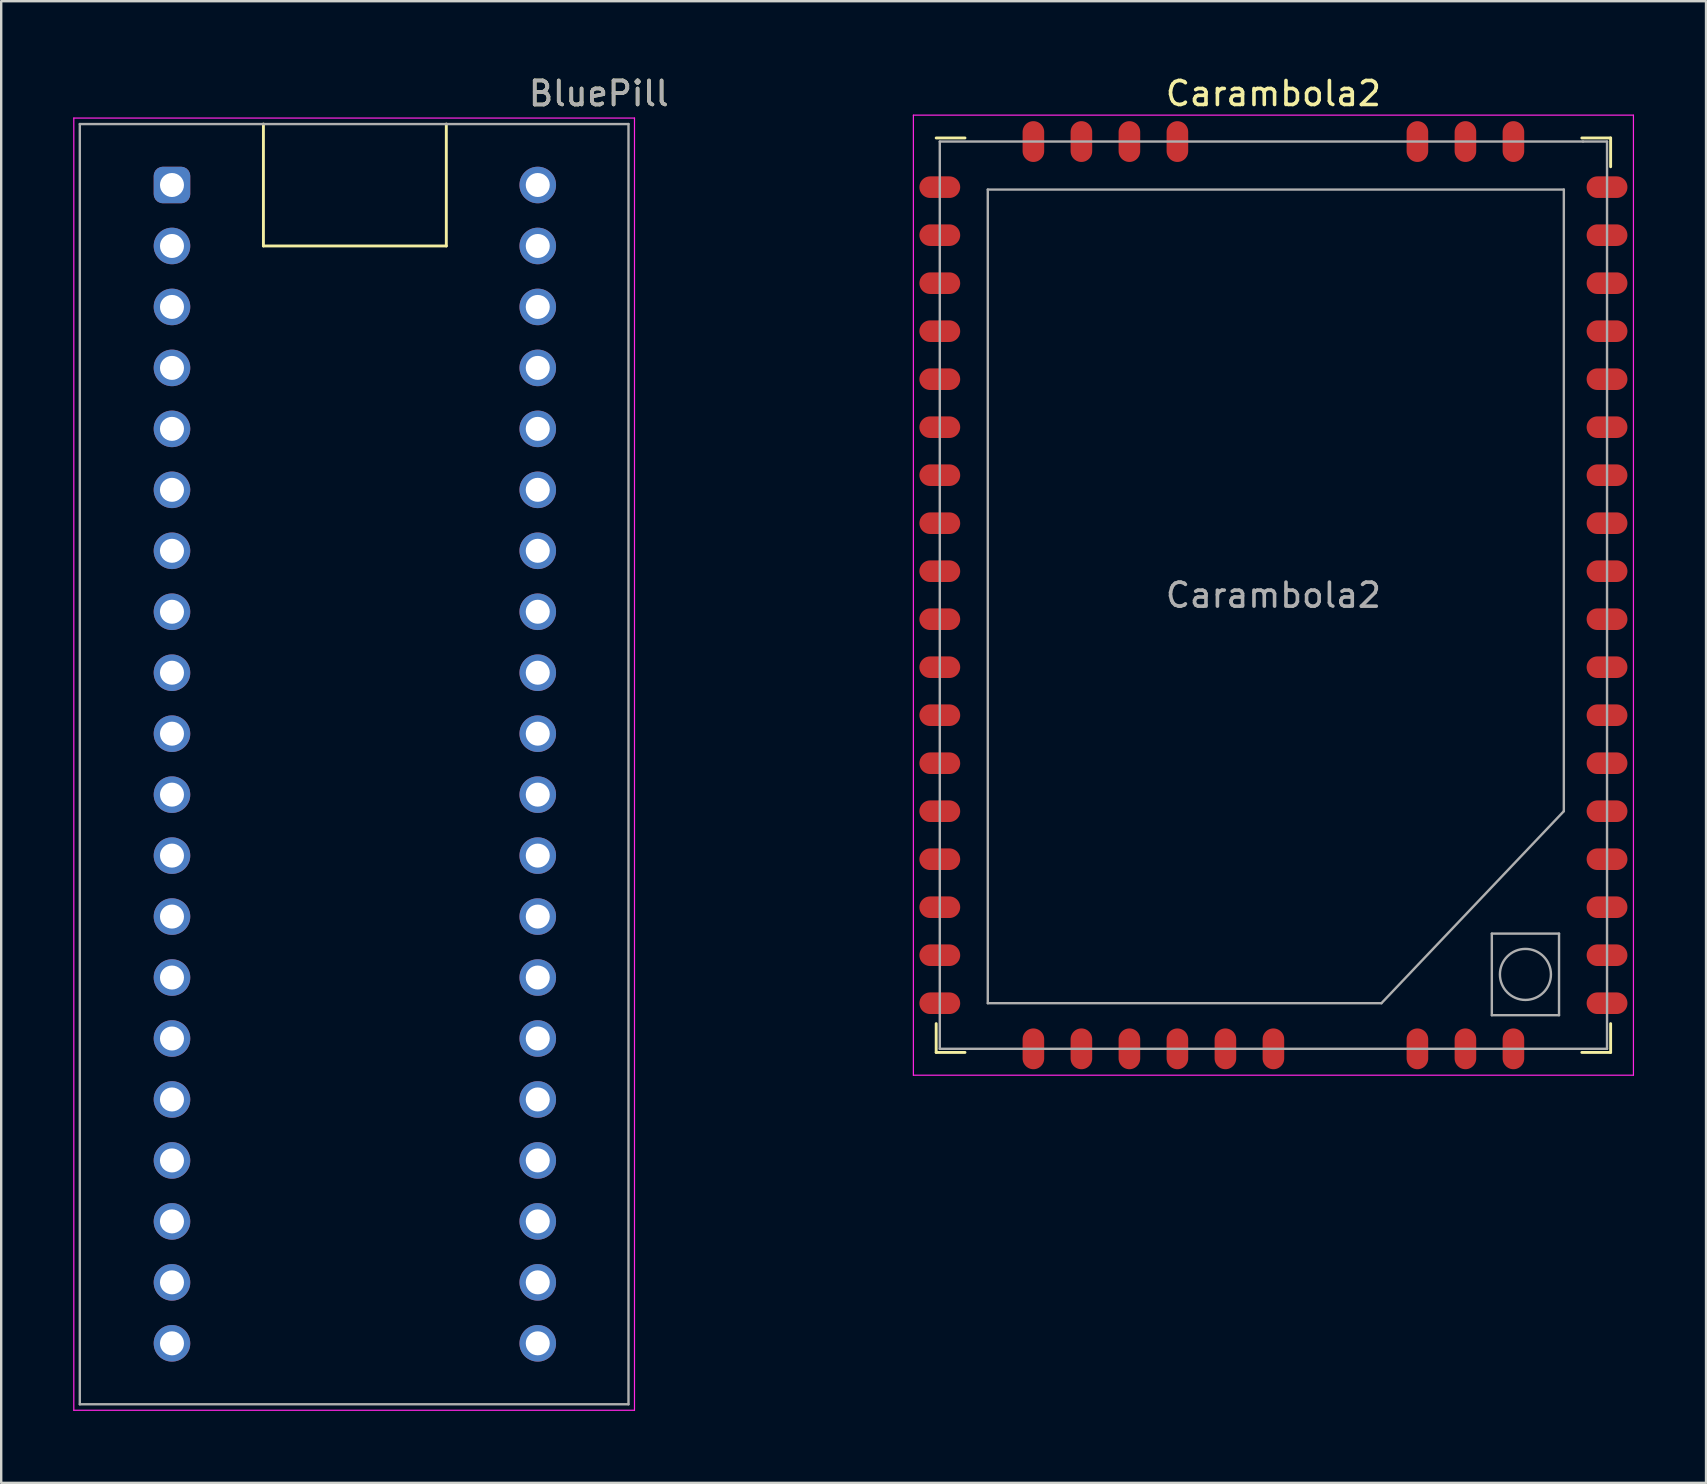
<source format=kicad_pcb>
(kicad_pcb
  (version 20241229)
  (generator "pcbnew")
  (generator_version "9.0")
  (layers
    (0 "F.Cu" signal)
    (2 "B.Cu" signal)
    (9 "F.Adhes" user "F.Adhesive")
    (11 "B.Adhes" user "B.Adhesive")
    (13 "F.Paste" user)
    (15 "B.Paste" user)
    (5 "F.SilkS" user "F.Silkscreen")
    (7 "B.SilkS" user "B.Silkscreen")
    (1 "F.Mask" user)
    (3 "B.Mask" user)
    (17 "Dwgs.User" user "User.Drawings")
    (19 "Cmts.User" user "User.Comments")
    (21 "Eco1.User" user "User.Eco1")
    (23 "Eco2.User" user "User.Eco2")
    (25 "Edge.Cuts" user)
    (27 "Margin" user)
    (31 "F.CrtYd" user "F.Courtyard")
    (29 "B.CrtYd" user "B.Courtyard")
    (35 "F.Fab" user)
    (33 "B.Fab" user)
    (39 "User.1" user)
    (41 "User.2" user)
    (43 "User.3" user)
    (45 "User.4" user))
  (footprint "Carambola2"
    (layer "F.Cu")
    (at 50.005 21.748)
    (property "Reference" "Carambola2" (at 0 -20.9 0) (layer "F.SilkS") (effects (font (size 1 1) (thickness 0.15))))
    (attr smd)
    (fp_line (start -14.05 -19.05) (end -12.85 -19.05) (stroke (width 0.12) (type solid)) (layer "F.SilkS"))
    (fp_line (start -14.05 17.85) (end -14.05 19.05) (stroke (width 0.12) (type solid)) (layer "F.SilkS"))
    (fp_line (start -12.85 19.05) (end -14.05 19.05) (stroke (width 0.12) (type solid)) (layer "F.SilkS"))
    (fp_line (start 12.85 -19.05) (end 14.05 -19.05) (stroke (width 0.12) (type solid)) (layer "F.SilkS"))
    (fp_line (start 12.85 19.05) (end 14.05 19.05) (stroke (width 0.12) (type solid)) (layer "F.SilkS"))
    (fp_line (start 14.05 -17.85) (end 14.05 -19.05) (stroke (width 0.12) (type solid)) (layer "F.SilkS"))
    (fp_line (start 14.05 17.85) (end 14.05 19.05) (stroke (width 0.12) (type solid)) (layer "F.SilkS"))
    (fp_poly (pts (xy -20.87 -20) (xy -20 -20) (xy -20 -18.74) (xy -20.87 -18.74)) (stroke (width 0.2) (type solid)) (fill yes) (layer "F.Paste"))
    (fp_poly (pts (xy -20.36 -18.92) (xy -21.64 -18.92) (xy -21.64 -19.82) (xy -20.36 -19.82)) (stroke (width 0) (type solid)) (fill yes) (layer "F.Paste"))
    (fp_line (start -15 -20) (end 15 -20) (stroke (width 0.05) (type solid)) (layer "F.CrtYd"))
    (fp_line (start -15 20) (end -15 -20) (stroke (width 0.05) (type solid)) (layer "F.CrtYd"))
    (fp_line (start 15 -20) (end 15 20) (stroke (width 0.05) (type solid)) (layer "F.CrtYd"))
    (fp_line (start 15 20) (end -15 20) (stroke (width 0.05) (type solid)) (layer "F.CrtYd"))
    (fp_line (start -13.9 -18.9) (end -13.9 18.9) (stroke (width 0.1) (type solid)) (layer "F.Fab"))
    (fp_line (start -13.9 18.9) (end 13.9 18.9) (stroke (width 0.1) (type solid)) (layer "F.Fab"))
    (fp_line (start -11.9 -16.9) (end -11.9 17) (stroke (width 0.1) (type solid)) (layer "F.Fab"))
    (fp_line (start -11.9 17) (end 4.5 17) (stroke (width 0.1) (type solid)) (layer "F.Fab"))
    (fp_line (start 4.5 17) (end 12.1 9) (stroke (width 0.1) (type solid)) (layer "F.Fab"))
    (fp_line (start 9.1 14.1) (end 11.9 14.1) (stroke (width 0.1) (type solid)) (layer "F.Fab"))
    (fp_line (start 9.1 17.5) (end 9.1 14.1) (stroke (width 0.1) (type solid)) (layer "F.Fab"))
    (fp_line (start 11.9 14.1) (end 11.9 17.5) (stroke (width 0.1) (type solid)) (layer "F.Fab"))
    (fp_line (start 11.9 17.5) (end 9.1 17.5) (stroke (width 0.1) (type solid)) (layer "F.Fab"))
    (fp_line (start 12.1 -16.9) (end -11.9 -16.9) (stroke (width 0.1) (type solid)) (layer "F.Fab"))
    (fp_line (start 12.1 9) (end 12.1 -16.9) (stroke (width 0.1) (type solid)) (layer "F.Fab"))
    (fp_line (start 12.9 -18.9) (end -13.9 -18.9) (stroke (width 0.1) (type solid)) (layer "F.Fab"))
    (fp_line (start 13.9 -18.9) (end 12.9 -18.9) (stroke (width 0.1) (type solid)) (layer "F.Fab"))
    (fp_line (start 13.9 18.9) (end 13.9 -18.9) (stroke (width 0.1) (type solid)) (layer "F.Fab"))
    (fp_circle (center 10.5 15.8) (end 10.5 16.863) (stroke (width 0.1) (type solid)) (fill no) (layer "F.Fab"))
    (fp_text user "${REFERENCE}" (at 0 0 0) (layer "F.Fab") (effects (font (size 1 1) (thickness 0.15))))
    (pad "" smd circle (at -21.63 -19.37 90) (size 0.9 0.9) (layers "F.Paste"))
    (pad "1" smd oval (at -13.9 -17 90) (size 0.9 1.7) (layers "F.Cu" "F.Mask"))
    (pad "2" smd oval (at -13.9 -15 90) (size 0.9 1.7) (layers "F.Cu" "F.Mask"))
    (pad "3" smd oval (at -13.9 -13 90) (size 0.9 1.7) (layers "F.Cu" "F.Mask"))
    (pad "4" smd oval (at -13.9 -11 90) (size 0.9 1.7) (layers "F.Cu" "F.Mask"))
    (pad "5" smd oval (at -13.9 -9 90) (size 0.9 1.7) (layers "F.Cu" "F.Mask"))
    (pad "6" smd oval (at -13.9 -7 90) (size 0.9 1.7) (layers "F.Cu" "F.Mask"))
    (pad "7" smd oval (at -13.9 -5 90) (size 0.9 1.7) (layers "F.Cu" "F.Mask"))
    (pad "8" smd oval (at -13.9 -3 90) (size 0.9 1.7) (layers "F.Cu" "F.Mask"))
    (pad "9" smd oval (at -13.9 -1 90) (size 0.9 1.7) (layers "F.Cu" "F.Mask"))
    (pad "10" smd oval (at -13.9 1 90) (size 0.9 1.7) (layers "F.Cu" "F.Mask"))
    (pad "11" smd oval (at -13.9 3 90) (size 0.9 1.7) (layers "F.Cu" "F.Mask"))
    (pad "12" smd oval (at -13.9 5 90) (size 0.9 1.7) (layers "F.Cu" "F.Mask"))
    (pad "13" smd oval (at -13.9 7 90) (size 0.9 1.7) (layers "F.Cu" "F.Mask"))
    (pad "14" smd oval (at -13.9 9 270) (size 0.9 1.7) (layers "F.Cu" "F.Mask"))
    (pad "15" smd oval (at -13.9 11 270) (size 0.9 1.7) (layers "F.Cu" "F.Mask"))
    (pad "16" smd oval (at -13.9 13 270) (size 0.9 1.7) (layers "F.Cu" "F.Mask"))
    (pad "17" smd oval (at -13.9 15 270) (size 0.9 1.7) (layers "F.Cu" "F.Mask"))
    (pad "18" smd oval (at -13.9 17 270) (size 0.9 1.7) (layers "F.Cu" "F.Mask"))
    (pad "19" smd oval (at -10 18.9) (size 0.9 1.7) (layers "F.Cu" "F.Mask"))
    (pad "20" smd oval (at -8 18.9) (size 0.9 1.7) (layers "F.Cu" "F.Mask"))
    (pad "21" smd oval (at -6 18.9) (size 0.9 1.7) (layers "F.Cu" "F.Mask"))
    (pad "22" smd oval (at -4 18.9) (size 0.9 1.7) (layers "F.Cu" "F.Mask"))
    (pad "23" smd oval (at -2 18.9) (size 0.9 1.7) (layers "F.Cu" "F.Mask"))
    (pad "24" smd oval (at 0 18.9) (size 0.9 1.7) (layers "F.Cu" "F.Mask"))
    (pad "25" smd oval (at 6 18.9) (size 0.9 1.7) (layers "F.Cu" "F.Mask"))
    (pad "26" smd oval (at 8 18.9) (size 0.9 1.7) (layers "F.Cu" "F.Mask"))
    (pad "27" smd oval (at 10 18.9) (size 0.9 1.7) (layers "F.Cu" "F.Mask"))
    (pad "28" smd oval (at 13.9 17 90) (size 0.9 1.7) (layers "F.Cu" "F.Mask"))
    (pad "29" smd oval (at 13.9 15 90) (size 0.9 1.7) (layers "F.Cu" "F.Mask"))
    (pad "30" smd oval (at 13.9 13 90) (size 0.9 1.7) (layers "F.Cu" "F.Mask"))
    (pad "31" smd oval (at 13.9 11 90) (size 0.9 1.7) (layers "F.Cu" "F.Mask"))
    (pad "32" smd oval (at 13.9 9 90) (size 0.9 1.7) (layers "F.Cu" "F.Mask"))
    (pad "33" smd oval (at 13.9 7 90) (size 0.9 1.7) (layers "F.Cu" "F.Mask"))
    (pad "34" smd oval (at 13.9 5 90) (size 0.9 1.7) (layers "F.Cu" "F.Mask"))
    (pad "35" smd oval (at 13.9 3 90) (size 0.9 1.7) (layers "F.Cu" "F.Mask"))
    (pad "36" smd oval (at 13.9 1 90) (size 0.9 1.7) (layers "F.Cu" "F.Mask"))
    (pad "37" smd oval (at 13.9 -1 90) (size 0.9 1.7) (layers "F.Cu" "F.Mask"))
    (pad "38" smd oval (at 13.9 -3 90) (size 0.9 1.7) (layers "F.Cu" "F.Mask"))
    (pad "39" smd oval (at 13.9 -5 90) (size 0.9 1.7) (layers "F.Cu" "F.Mask"))
    (pad "40" smd oval (at 13.9 -7 270) (size 0.9 1.7) (layers "F.Cu" "F.Mask"))
    (pad "41" smd oval (at 13.9 -9 270) (size 0.9 1.7) (layers "F.Cu" "F.Mask"))
    (pad "42" smd oval (at 13.9 -11 270) (size 0.9 1.7) (layers "F.Cu" "F.Mask"))
    (pad "43" smd oval (at 13.9 -13 270) (size 0.9 1.7) (layers "F.Cu" "F.Mask"))
    (pad "44" smd oval (at 13.9 -15 270) (size 0.9 1.7) (layers "F.Cu" "F.Mask"))
    (pad "45" smd oval (at 13.9 -17 270) (size 0.9 1.7) (layers "F.Cu" "F.Mask"))
    (pad "46" smd oval (at 10 -18.9) (size 0.9 1.7) (layers "F.Cu" "F.Mask"))
    (pad "47" smd oval (at 8 -18.9) (size 0.9 1.7) (layers "F.Cu" "F.Mask"))
    (pad "48" smd oval (at 6 -18.9) (size 0.9 1.7) (layers "F.Cu" "F.Mask"))
    (pad "49" smd oval (at -4 -18.9) (size 0.9 1.7) (layers "F.Cu" "F.Mask"))
    (pad "50" smd oval (at -6 -18.9) (size 0.9 1.7) (layers "F.Cu" "F.Mask"))
    (pad "51" smd oval (at -8 -18.9) (size 0.9 1.7) (layers "F.Cu" "F.Mask"))
    (pad "52" smd oval (at -10 -18.9) (size 0.9 1.7) (layers "F.Cu" "F.Mask")))
  (footprint "BluePill"
    (layer "F.Cu")
    (at 4.115 4.658)
    (property "Reference" "BluePill" (at 17.78 -3.81 0) (layer "F.SilkS") (effects (font (size 1 1) (thickness 0.15))))
    (attr through_hole)
    (fp_line (start 3.81 2.54) (end 3.81 -2.54) (stroke (width 0.12) (type solid)) (layer "F.SilkS"))
    (fp_line (start 11.43 -2.54) (end 11.43 2.54) (stroke (width 0.12) (type solid)) (layer "F.SilkS"))
    (fp_line (start 11.43 2.54) (end 3.81 2.54) (stroke (width 0.12) (type solid)) (layer "F.SilkS"))
    (fp_line (start -4.09 -2.79) (end -4.09 51.05) (stroke (width 0.05) (type solid)) (layer "F.CrtYd"))
    (fp_line (start -4.09 51.05) (end 19.27 51.05) (stroke (width 0.05) (type solid)) (layer "F.CrtYd"))
    (fp_line (start 19.27 -2.79) (end -4.09 -2.79) (stroke (width 0.05) (type solid)) (layer "F.CrtYd"))
    (fp_line (start 19.27 51.05) (end 19.27 -2.79) (stroke (width 0.05) (type solid)) (layer "F.CrtYd"))
    (fp_line (start -3.84 -2.54) (end -3.84 50.8) (stroke (width 0.1) (type solid)) (layer "F.Fab"))
    (fp_line (start -3.84 50.8) (end 19.02 50.8) (stroke (width 0.1) (type solid)) (layer "F.Fab"))
    (fp_line (start 19.02 -2.54) (end -3.84 -2.54) (stroke (width 0.1) (type solid)) (layer "F.Fab"))
    (fp_line (start 19.02 50.8) (end 19.02 -2.54) (stroke (width 0.1) (type solid)) (layer "F.Fab"))
    (fp_text user "${REFERENCE}" (at 17.78 -3.81 0) (layer "F.Fab") (effects (font (size 1 1) (thickness 0.15))))
    (pad "1" thru_hole roundrect (at 0 0 270) (size 1.524 1.524) (drill 1) (layers "*.Cu" "*.Mask") (roundrect_rratio 0.25))
    (pad "2" thru_hole circle (at 0 2.54 270) (size 1.524 1.524) (drill 1) (layers "*.Cu" "*.Mask"))
    (pad "3" thru_hole circle (at 0 5.08 270) (size 1.524 1.524) (drill 1) (layers "*.Cu" "*.Mask"))
    (pad "4" thru_hole circle (at 0 7.62 270) (size 1.524 1.524) (drill 1) (layers "*.Cu" "*.Mask"))
    (pad "5" thru_hole circle (at 0 10.16 270) (size 1.524 1.524) (drill 1) (layers "*.Cu" "*.Mask"))
    (pad "6" thru_hole circle (at 0 12.7 270) (size 1.524 1.524) (drill 1) (layers "*.Cu" "*.Mask"))
    (pad "7" thru_hole circle (at 0 15.24 270) (size 1.524 1.524) (drill 1) (layers "*.Cu" "*.Mask"))
    (pad "8" thru_hole circle (at 0 17.78 270) (size 1.524 1.524) (drill 1) (layers "*.Cu" "*.Mask"))
    (pad "9" thru_hole circle (at 0 20.32 270) (size 1.524 1.524) (drill 1) (layers "*.Cu" "*.Mask"))
    (pad "10" thru_hole circle (at 0 22.86 270) (size 1.524 1.524) (drill 1) (layers "*.Cu" "*.Mask"))
    (pad "11" thru_hole circle (at 0 25.4 270) (size 1.524 1.524) (drill 1) (layers "*.Cu" "*.Mask"))
    (pad "12" thru_hole circle (at 0 27.94 270) (size 1.524 1.524) (drill 1) (layers "*.Cu" "*.Mask"))
    (pad "13" thru_hole circle (at 0 30.48 270) (size 1.524 1.524) (drill 1) (layers "*.Cu" "*.Mask"))
    (pad "14" thru_hole circle (at 0 33.02 270) (size 1.524 1.524) (drill 1) (layers "*.Cu" "*.Mask"))
    (pad "15" thru_hole circle (at 0 35.56 270) (size 1.524 1.524) (drill 1) (layers "*.Cu" "*.Mask"))
    (pad "16" thru_hole circle (at 0 38.1 270) (size 1.524 1.524) (drill 1) (layers "*.Cu" "*.Mask"))
    (pad "17" thru_hole circle (at 0 40.64 270) (size 1.524 1.524) (drill 1) (layers "*.Cu" "*.Mask"))
    (pad "18" thru_hole circle (at 0 43.18 270) (size 1.524 1.524) (drill 1) (layers "*.Cu" "*.Mask"))
    (pad "19" thru_hole circle (at 0 45.72 270) (size 1.524 1.524) (drill 1) (layers "*.Cu" "*.Mask"))
    (pad "20" thru_hole circle (at 0 48.26 270) (size 1.524 1.524) (drill 1) (layers "*.Cu" "*.Mask"))
    (pad "21" thru_hole circle (at 15.24 48.26 270) (size 1.524 1.524) (drill 1) (layers "*.Cu" "*.Mask"))
    (pad "22" thru_hole circle (at 15.24 45.72 270) (size 1.524 1.524) (drill 1) (layers "*.Cu" "*.Mask"))
    (pad "23" thru_hole circle (at 15.24 43.18 270) (size 1.524 1.524) (drill 1) (layers "*.Cu" "*.Mask"))
    (pad "24" thru_hole circle (at 15.24 40.64 270) (size 1.524 1.524) (drill 1) (layers "*.Cu" "*.Mask"))
    (pad "25" thru_hole circle (at 15.24 38.1 270) (size 1.524 1.524) (drill 1) (layers "*.Cu" "*.Mask"))
    (pad "26" thru_hole circle (at 15.24 35.56 270) (size 1.524 1.524) (drill 1) (layers "*.Cu" "*.Mask"))
    (pad "27" thru_hole circle (at 15.24 33.02 270) (size 1.524 1.524) (drill 1) (layers "*.Cu" "*.Mask"))
    (pad "28" thru_hole circle (at 15.24 30.48 270) (size 1.524 1.524) (drill 1) (layers "*.Cu" "*.Mask"))
    (pad "29" thru_hole circle (at 15.24 27.94 270) (size 1.524 1.524) (drill 1) (layers "*.Cu" "*.Mask"))
    (pad "30" thru_hole circle (at 15.24 25.4 270) (size 1.524 1.524) (drill 1) (layers "*.Cu" "*.Mask"))
    (pad "31" thru_hole circle (at 15.24 22.86 270) (size 1.524 1.524) (drill 1) (layers "*.Cu" "*.Mask"))
    (pad "32" thru_hole circle (at 15.24 20.32 270) (size 1.524 1.524) (drill 1) (layers "*.Cu" "*.Mask"))
    (pad "33" thru_hole circle (at 15.24 17.78 270) (size 1.524 1.524) (drill 1) (layers "*.Cu" "*.Mask"))
    (pad "34" thru_hole circle (at 15.24 15.24 270) (size 1.524 1.524) (drill 1) (layers "*.Cu" "*.Mask"))
    (pad "35" thru_hole circle (at 15.24 12.7 270) (size 1.524 1.524) (drill 1) (layers "*.Cu" "*.Mask"))
    (pad "36" thru_hole circle (at 15.24 10.16 270) (size 1.524 1.524) (drill 1) (layers "*.Cu" "*.Mask"))
    (pad "37" thru_hole circle (at 15.24 7.62 270) (size 1.524 1.524) (drill 1) (layers "*.Cu" "*.Mask"))
    (pad "38" thru_hole circle (at 15.24 5.08 270) (size 1.524 1.524) (drill 1) (layers "*.Cu" "*.Mask"))
    (pad "39" thru_hole circle (at 15.24 2.54 270) (size 1.524 1.524) (drill 1) (layers "*.Cu" "*.Mask"))
    (pad "40" thru_hole circle (at 15.24 0 270) (size 1.524 1.524) (drill 1) (layers "*.Cu" "*.Mask")))
  (gr_rect
    (start -3 -3)
    (end 68.03 58.733)
    (stroke (width 0.1) (type default))
    (fill no)
    (layer "Edge.Cuts")))
</source>
